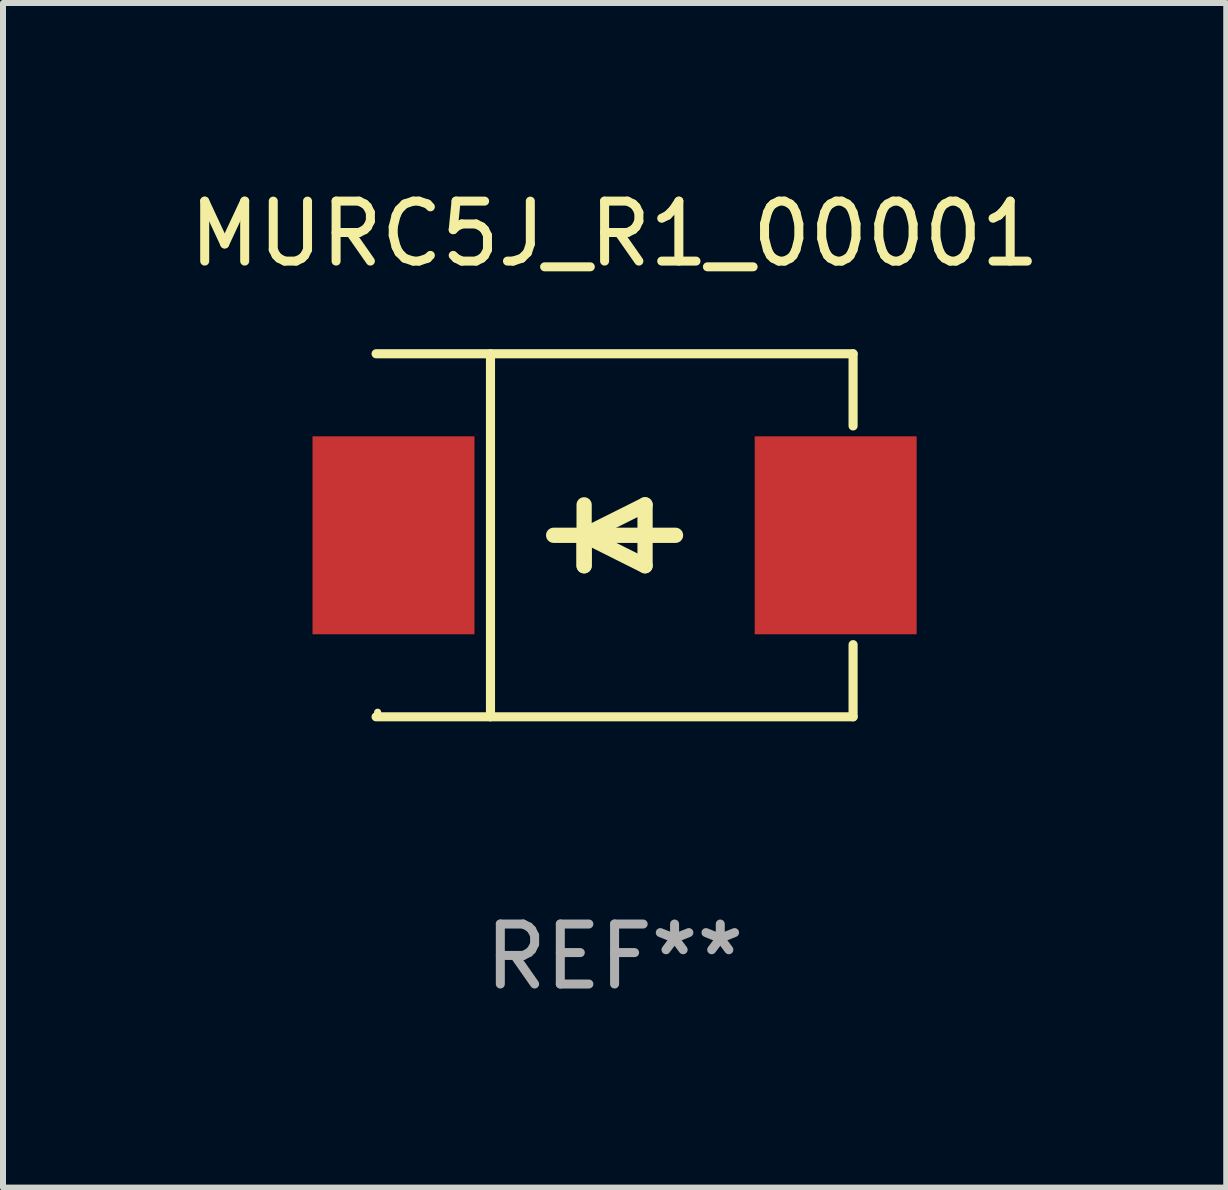
<source format=kicad_pcb>
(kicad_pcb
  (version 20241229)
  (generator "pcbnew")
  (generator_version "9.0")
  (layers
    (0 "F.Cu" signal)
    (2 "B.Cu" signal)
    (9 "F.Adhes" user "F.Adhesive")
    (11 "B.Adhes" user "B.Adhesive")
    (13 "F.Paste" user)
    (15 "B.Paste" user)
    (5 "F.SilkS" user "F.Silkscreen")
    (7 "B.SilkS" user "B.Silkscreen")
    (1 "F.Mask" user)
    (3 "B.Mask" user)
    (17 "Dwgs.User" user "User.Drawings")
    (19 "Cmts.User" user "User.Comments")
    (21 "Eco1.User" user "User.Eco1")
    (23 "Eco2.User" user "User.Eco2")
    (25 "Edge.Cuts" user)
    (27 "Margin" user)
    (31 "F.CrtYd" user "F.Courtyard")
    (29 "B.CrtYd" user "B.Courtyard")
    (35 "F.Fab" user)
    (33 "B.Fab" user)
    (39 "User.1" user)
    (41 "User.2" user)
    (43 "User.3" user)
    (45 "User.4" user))
  (footprint "MURC5J_R1_00001"
    (layer "F.Cu")
    (at 7.196 5.874)
    (property "Reference" "MURC5J_R1_00001" (at 0 -5.026 0) (layer "F.SilkS") (effects (font (size 1 1) (thickness 0.15))))
    (attr through_hole)
    (fp_line (start -3.976 -3.026) (end 3.976 -3.026) (stroke (width 0.152) (type solid)) (layer "F.SilkS"))
    (fp_line (start -3.976 3.026) (end 3.976 3.026) (stroke (width 0.152) (type solid)) (layer "F.SilkS"))
    (fp_line (start -2.069 -3.026) (end -2.069 3.026) (stroke (width 0.152) (type solid)) (layer "F.SilkS"))
    (fp_line (start -0.508 0) (end -0.508 0.508) (stroke (width 0.254) (type solid)) (layer "F.SilkS"))
    (fp_line (start -0.508 0) (end 0.508 0.508) (stroke (width 0.254) (type solid)) (layer "F.SilkS"))
    (fp_line (start -0.508 0.508) (end -0.508 -0.508) (stroke (width 0.254) (type solid)) (layer "F.SilkS"))
    (fp_line (start 0.508 -0.508) (end -0.508 0) (stroke (width 0.254) (type solid)) (layer "F.SilkS"))
    (fp_line (start 0.508 0.508) (end 0.508 -0.508) (stroke (width 0.254) (type solid)) (layer "F.SilkS"))
    (fp_line (start 1.016 0) (end -1.016 0) (stroke (width 0.254) (type solid)) (layer "F.SilkS"))
    (fp_line (start 3.976 -3.026) (end 3.976 -1.823) (stroke (width 0.152) (type solid)) (layer "F.SilkS"))
    (fp_line (start 3.976 3.026) (end 3.976 1.823) (stroke (width 0.152) (type solid)) (layer "F.SilkS"))
    (fp_circle (center -3.95 2.95) (end -3.92 2.95) (stroke (width 0.06) (type solid)) (fill no) (layer "F.SilkS"))
    (fp_text user "REF**" (at 0 7.026 0) (layer "F.Fab") (effects (font (size 1 1) (thickness 0.15))))
    (pad "1" smd rect (at -3.686 0) (size 2.7 3.3) (layers "F.Cu" "F.Mask" "F.Paste"))
    (pad "2" smd rect (at 3.686 0) (size 2.7 3.3) (layers "F.Cu" "F.Mask" "F.Paste")))
  (gr_rect
    (start -3 -3)
    (end 17.393 16.749)
    (stroke (width 0.1) (type default))
    (fill no)
    (layer "Edge.Cuts")))
</source>
